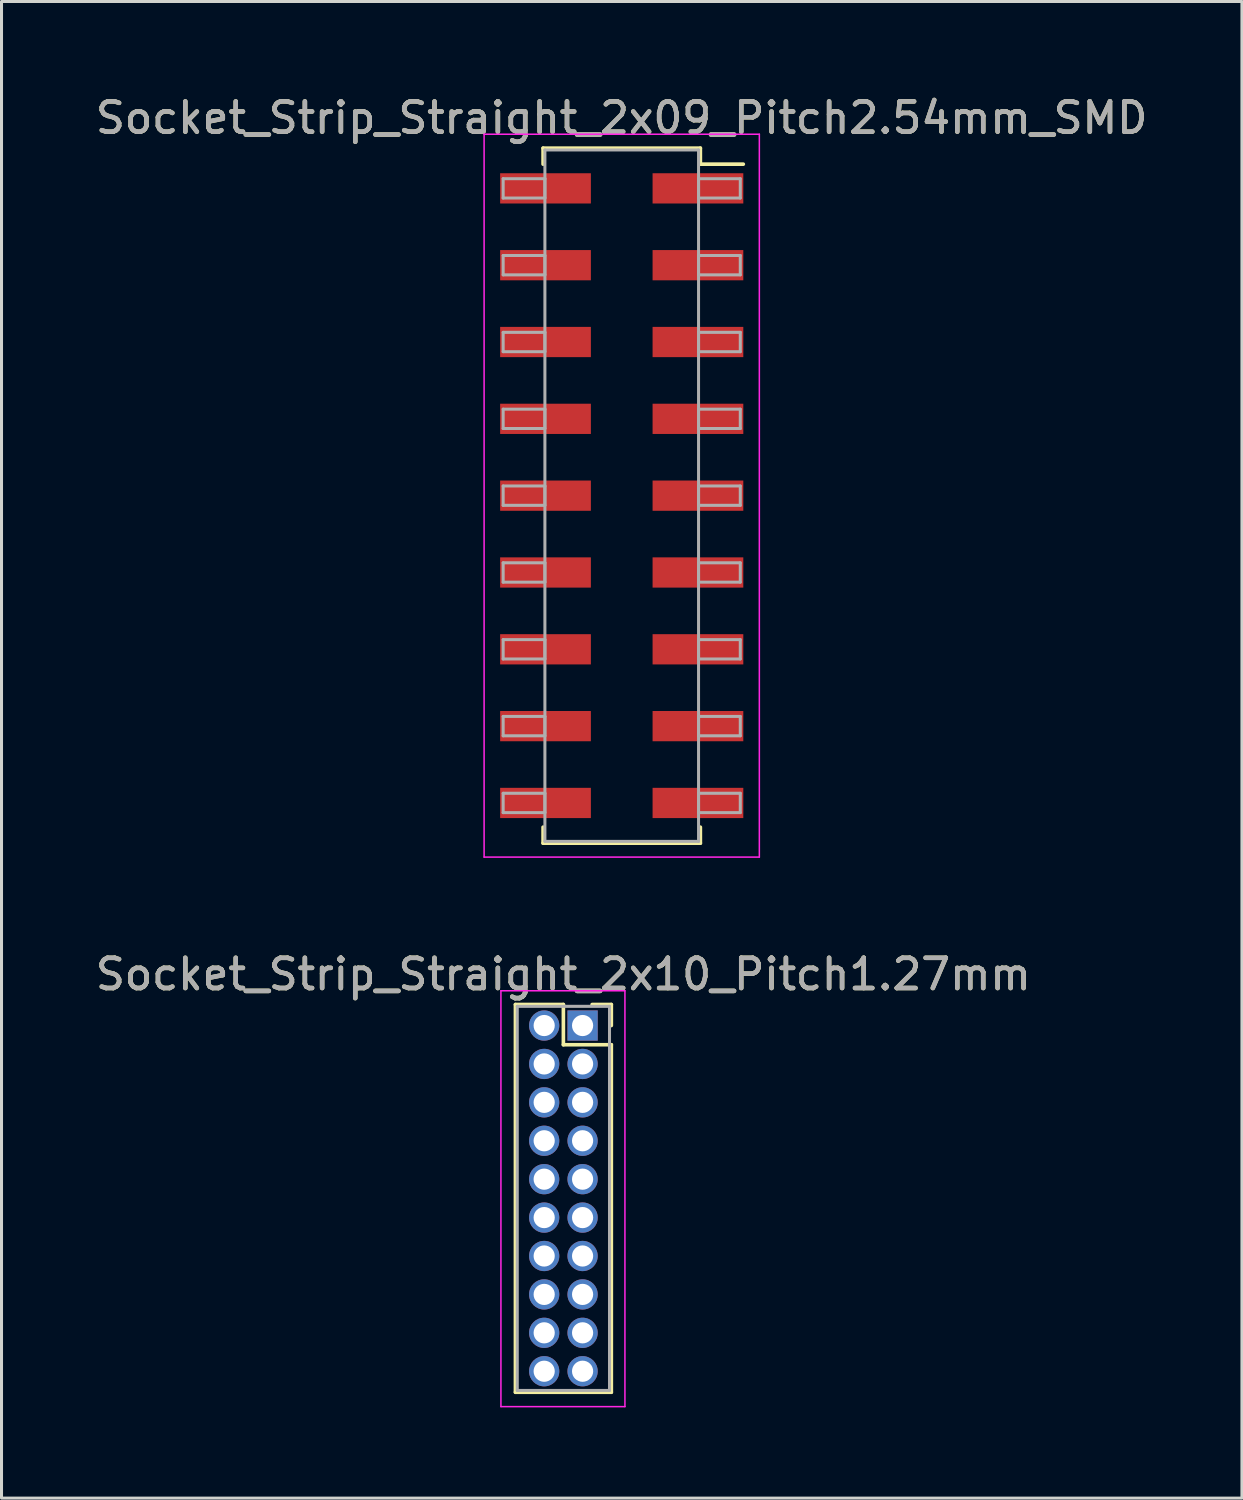
<source format=kicad_pcb>
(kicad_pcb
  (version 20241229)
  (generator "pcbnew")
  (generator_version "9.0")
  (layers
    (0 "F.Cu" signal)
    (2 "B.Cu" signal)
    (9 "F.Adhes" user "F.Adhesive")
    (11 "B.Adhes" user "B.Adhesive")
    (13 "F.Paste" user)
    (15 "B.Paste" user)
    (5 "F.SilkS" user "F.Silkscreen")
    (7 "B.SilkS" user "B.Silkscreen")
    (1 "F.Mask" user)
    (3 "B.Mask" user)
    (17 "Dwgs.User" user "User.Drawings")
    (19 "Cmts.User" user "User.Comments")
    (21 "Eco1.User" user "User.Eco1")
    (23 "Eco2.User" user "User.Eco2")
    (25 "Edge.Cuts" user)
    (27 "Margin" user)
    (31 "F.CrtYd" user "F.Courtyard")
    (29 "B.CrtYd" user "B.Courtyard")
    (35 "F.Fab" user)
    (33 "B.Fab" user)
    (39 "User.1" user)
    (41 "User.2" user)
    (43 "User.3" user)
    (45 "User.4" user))
  (footprint "Socket_Strip_Straight_2x09_Pitch2.54mm_SMD"
    (layer "F.Cu")
    (at 17.506 13.338)
    (property "Reference" "Socket_Strip_Straight_2x09_Pitch2.54mm_SMD" (at 0 -12.49 0) (layer "F.SilkS") (effects (font (size 1 1) (thickness 0.15))))
    (attr smd)
    (fp_line (start -2.6 -11.49) (end 2.6 -11.49) (stroke (width 0.12) (type solid)) (layer "F.SilkS"))
    (fp_line (start -2.6 -10.96) (end -2.6 -11.49) (stroke (width 0.12) (type solid)) (layer "F.SilkS"))
    (fp_line (start -2.6 10.96) (end -2.6 11.49) (stroke (width 0.12) (type solid)) (layer "F.SilkS"))
    (fp_line (start -2.6 11.49) (end 2.6 11.49) (stroke (width 0.12) (type solid)) (layer "F.SilkS"))
    (fp_line (start 2.6 -11.49) (end 2.6 -10.96) (stroke (width 0.12) (type solid)) (layer "F.SilkS"))
    (fp_line (start 2.6 11.49) (end 2.6 10.96) (stroke (width 0.12) (type solid)) (layer "F.SilkS"))
    (fp_line (start 4.02 -10.96) (end 2.6 -10.96) (stroke (width 0.12) (type solid)) (layer "F.SilkS"))
    (fp_line (start -4.55 -11.95) (end -4.55 11.95) (stroke (width 0.05) (type solid)) (layer "F.CrtYd"))
    (fp_line (start -4.55 11.95) (end 4.55 11.95) (stroke (width 0.05) (type solid)) (layer "F.CrtYd"))
    (fp_line (start 4.55 -11.95) (end -4.55 -11.95) (stroke (width 0.05) (type solid)) (layer "F.CrtYd"))
    (fp_line (start 4.55 11.95) (end 4.55 -11.95) (stroke (width 0.05) (type solid)) (layer "F.CrtYd"))
    (fp_line (start -3.92 -10.48) (end -2.54 -10.48) (stroke (width 0.1) (type solid)) (layer "F.Fab"))
    (fp_line (start -3.92 -9.84) (end -3.92 -10.48) (stroke (width 0.1) (type solid)) (layer "F.Fab"))
    (fp_line (start -3.92 -7.94) (end -2.54 -7.94) (stroke (width 0.1) (type solid)) (layer "F.Fab"))
    (fp_line (start -3.92 -7.3) (end -3.92 -7.94) (stroke (width 0.1) (type solid)) (layer "F.Fab"))
    (fp_line (start -3.92 -5.4) (end -2.54 -5.4) (stroke (width 0.1) (type solid)) (layer "F.Fab"))
    (fp_line (start -3.92 -4.76) (end -3.92 -5.4) (stroke (width 0.1) (type solid)) (layer "F.Fab"))
    (fp_line (start -3.92 -2.86) (end -2.54 -2.86) (stroke (width 0.1) (type solid)) (layer "F.Fab"))
    (fp_line (start -3.92 -2.22) (end -3.92 -2.86) (stroke (width 0.1) (type solid)) (layer "F.Fab"))
    (fp_line (start -3.92 -0.32) (end -2.54 -0.32) (stroke (width 0.1) (type solid)) (layer "F.Fab"))
    (fp_line (start -3.92 0.32) (end -3.92 -0.32) (stroke (width 0.1) (type solid)) (layer "F.Fab"))
    (fp_line (start -3.92 2.22) (end -2.54 2.22) (stroke (width 0.1) (type solid)) (layer "F.Fab"))
    (fp_line (start -3.92 2.86) (end -3.92 2.22) (stroke (width 0.1) (type solid)) (layer "F.Fab"))
    (fp_line (start -3.92 4.76) (end -2.54 4.76) (stroke (width 0.1) (type solid)) (layer "F.Fab"))
    (fp_line (start -3.92 5.4) (end -3.92 4.76) (stroke (width 0.1) (type solid)) (layer "F.Fab"))
    (fp_line (start -3.92 7.3) (end -2.54 7.3) (stroke (width 0.1) (type solid)) (layer "F.Fab"))
    (fp_line (start -3.92 7.94) (end -3.92 7.3) (stroke (width 0.1) (type solid)) (layer "F.Fab"))
    (fp_line (start -3.92 9.84) (end -2.54 9.84) (stroke (width 0.1) (type solid)) (layer "F.Fab"))
    (fp_line (start -3.92 10.48) (end -3.92 9.84) (stroke (width 0.1) (type solid)) (layer "F.Fab"))
    (fp_line (start -2.54 -11.43) (end -2.54 11.43) (stroke (width 0.1) (type solid)) (layer "F.Fab"))
    (fp_line (start -2.54 -10.48) (end -2.54 -9.84) (stroke (width 0.1) (type solid)) (layer "F.Fab"))
    (fp_line (start -2.54 -9.84) (end -3.92 -9.84) (stroke (width 0.1) (type solid)) (layer "F.Fab"))
    (fp_line (start -2.54 -7.94) (end -2.54 -7.3) (stroke (width 0.1) (type solid)) (layer "F.Fab"))
    (fp_line (start -2.54 -7.3) (end -3.92 -7.3) (stroke (width 0.1) (type solid)) (layer "F.Fab"))
    (fp_line (start -2.54 -5.4) (end -2.54 -4.76) (stroke (width 0.1) (type solid)) (layer "F.Fab"))
    (fp_line (start -2.54 -4.76) (end -3.92 -4.76) (stroke (width 0.1) (type solid)) (layer "F.Fab"))
    (fp_line (start -2.54 -2.86) (end -2.54 -2.22) (stroke (width 0.1) (type solid)) (layer "F.Fab"))
    (fp_line (start -2.54 -2.22) (end -3.92 -2.22) (stroke (width 0.1) (type solid)) (layer "F.Fab"))
    (fp_line (start -2.54 -0.32) (end -2.54 0.32) (stroke (width 0.1) (type solid)) (layer "F.Fab"))
    (fp_line (start -2.54 0.32) (end -3.92 0.32) (stroke (width 0.1) (type solid)) (layer "F.Fab"))
    (fp_line (start -2.54 2.22) (end -2.54 2.86) (stroke (width 0.1) (type solid)) (layer "F.Fab"))
    (fp_line (start -2.54 2.86) (end -3.92 2.86) (stroke (width 0.1) (type solid)) (layer "F.Fab"))
    (fp_line (start -2.54 4.76) (end -2.54 5.4) (stroke (width 0.1) (type solid)) (layer "F.Fab"))
    (fp_line (start -2.54 5.4) (end -3.92 5.4) (stroke (width 0.1) (type solid)) (layer "F.Fab"))
    (fp_line (start -2.54 7.3) (end -2.54 7.94) (stroke (width 0.1) (type solid)) (layer "F.Fab"))
    (fp_line (start -2.54 7.94) (end -3.92 7.94) (stroke (width 0.1) (type solid)) (layer "F.Fab"))
    (fp_line (start -2.54 9.84) (end -2.54 10.48) (stroke (width 0.1) (type solid)) (layer "F.Fab"))
    (fp_line (start -2.54 10.48) (end -3.92 10.48) (stroke (width 0.1) (type solid)) (layer "F.Fab"))
    (fp_line (start -2.54 11.43) (end 2.54 11.43) (stroke (width 0.1) (type solid)) (layer "F.Fab"))
    (fp_line (start 2.54 -11.43) (end -2.54 -11.43) (stroke (width 0.1) (type solid)) (layer "F.Fab"))
    (fp_line (start 2.54 -10.48) (end 2.54 -9.84) (stroke (width 0.1) (type solid)) (layer "F.Fab"))
    (fp_line (start 2.54 -9.84) (end 3.92 -9.84) (stroke (width 0.1) (type solid)) (layer "F.Fab"))
    (fp_line (start 2.54 -7.94) (end 2.54 -7.3) (stroke (width 0.1) (type solid)) (layer "F.Fab"))
    (fp_line (start 2.54 -7.3) (end 3.92 -7.3) (stroke (width 0.1) (type solid)) (layer "F.Fab"))
    (fp_line (start 2.54 -5.4) (end 2.54 -4.76) (stroke (width 0.1) (type solid)) (layer "F.Fab"))
    (fp_line (start 2.54 -4.76) (end 3.92 -4.76) (stroke (width 0.1) (type solid)) (layer "F.Fab"))
    (fp_line (start 2.54 -2.86) (end 2.54 -2.22) (stroke (width 0.1) (type solid)) (layer "F.Fab"))
    (fp_line (start 2.54 -2.22) (end 3.92 -2.22) (stroke (width 0.1) (type solid)) (layer "F.Fab"))
    (fp_line (start 2.54 -0.32) (end 2.54 0.32) (stroke (width 0.1) (type solid)) (layer "F.Fab"))
    (fp_line (start 2.54 0.32) (end 3.92 0.32) (stroke (width 0.1) (type solid)) (layer "F.Fab"))
    (fp_line (start 2.54 2.22) (end 2.54 2.86) (stroke (width 0.1) (type solid)) (layer "F.Fab"))
    (fp_line (start 2.54 2.86) (end 3.92 2.86) (stroke (width 0.1) (type solid)) (layer "F.Fab"))
    (fp_line (start 2.54 4.76) (end 2.54 5.4) (stroke (width 0.1) (type solid)) (layer "F.Fab"))
    (fp_line (start 2.54 5.4) (end 3.92 5.4) (stroke (width 0.1) (type solid)) (layer "F.Fab"))
    (fp_line (start 2.54 7.3) (end 2.54 7.94) (stroke (width 0.1) (type solid)) (layer "F.Fab"))
    (fp_line (start 2.54 7.94) (end 3.92 7.94) (stroke (width 0.1) (type solid)) (layer "F.Fab"))
    (fp_line (start 2.54 9.84) (end 2.54 10.48) (stroke (width 0.1) (type solid)) (layer "F.Fab"))
    (fp_line (start 2.54 10.48) (end 3.92 10.48) (stroke (width 0.1) (type solid)) (layer "F.Fab"))
    (fp_line (start 2.54 11.43) (end 2.54 -11.43) (stroke (width 0.1) (type solid)) (layer "F.Fab"))
    (fp_line (start 3.92 -10.48) (end 2.54 -10.48) (stroke (width 0.1) (type solid)) (layer "F.Fab"))
    (fp_line (start 3.92 -9.84) (end 3.92 -10.48) (stroke (width 0.1) (type solid)) (layer "F.Fab"))
    (fp_line (start 3.92 -7.94) (end 2.54 -7.94) (stroke (width 0.1) (type solid)) (layer "F.Fab"))
    (fp_line (start 3.92 -7.3) (end 3.92 -7.94) (stroke (width 0.1) (type solid)) (layer "F.Fab"))
    (fp_line (start 3.92 -5.4) (end 2.54 -5.4) (stroke (width 0.1) (type solid)) (layer "F.Fab"))
    (fp_line (start 3.92 -4.76) (end 3.92 -5.4) (stroke (width 0.1) (type solid)) (layer "F.Fab"))
    (fp_line (start 3.92 -2.86) (end 2.54 -2.86) (stroke (width 0.1) (type solid)) (layer "F.Fab"))
    (fp_line (start 3.92 -2.22) (end 3.92 -2.86) (stroke (width 0.1) (type solid)) (layer "F.Fab"))
    (fp_line (start 3.92 -0.32) (end 2.54 -0.32) (stroke (width 0.1) (type solid)) (layer "F.Fab"))
    (fp_line (start 3.92 0.32) (end 3.92 -0.32) (stroke (width 0.1) (type solid)) (layer "F.Fab"))
    (fp_line (start 3.92 2.22) (end 2.54 2.22) (stroke (width 0.1) (type solid)) (layer "F.Fab"))
    (fp_line (start 3.92 2.86) (end 3.92 2.22) (stroke (width 0.1) (type solid)) (layer "F.Fab"))
    (fp_line (start 3.92 4.76) (end 2.54 4.76) (stroke (width 0.1) (type solid)) (layer "F.Fab"))
    (fp_line (start 3.92 5.4) (end 3.92 4.76) (stroke (width 0.1) (type solid)) (layer "F.Fab"))
    (fp_line (start 3.92 7.3) (end 2.54 7.3) (stroke (width 0.1) (type solid)) (layer "F.Fab"))
    (fp_line (start 3.92 7.94) (end 3.92 7.3) (stroke (width 0.1) (type solid)) (layer "F.Fab"))
    (fp_line (start 3.92 9.84) (end 2.54 9.84) (stroke (width 0.1) (type solid)) (layer "F.Fab"))
    (fp_line (start 3.92 10.48) (end 3.92 9.84) (stroke (width 0.1) (type solid)) (layer "F.Fab"))
    (fp_text user "${REFERENCE}" (at 0 -12.49 0) (layer "F.Fab") (effects (font (size 1 1) (thickness 0.15))))
    (pad "1" smd rect (at 2.52 -10.16) (size 3 1) (layers "F.Cu" "F.Mask" "F.Paste"))
    (pad "2" smd rect (at -2.52 -10.16) (size 3 1) (layers "F.Cu" "F.Mask" "F.Paste"))
    (pad "3" smd rect (at 2.52 -7.62) (size 3 1) (layers "F.Cu" "F.Mask" "F.Paste"))
    (pad "4" smd rect (at -2.52 -7.62) (size 3 1) (layers "F.Cu" "F.Mask" "F.Paste"))
    (pad "5" smd rect (at 2.52 -5.08) (size 3 1) (layers "F.Cu" "F.Mask" "F.Paste"))
    (pad "6" smd rect (at -2.52 -5.08) (size 3 1) (layers "F.Cu" "F.Mask" "F.Paste"))
    (pad "7" smd rect (at 2.52 -2.54) (size 3 1) (layers "F.Cu" "F.Mask" "F.Paste"))
    (pad "8" smd rect (at -2.52 -2.54) (size 3 1) (layers "F.Cu" "F.Mask" "F.Paste"))
    (pad "9" smd rect (at 2.52 0) (size 3 1) (layers "F.Cu" "F.Mask" "F.Paste"))
    (pad "10" smd rect (at -2.52 0) (size 3 1) (layers "F.Cu" "F.Mask" "F.Paste"))
    (pad "11" smd rect (at 2.52 2.54) (size 3 1) (layers "F.Cu" "F.Mask" "F.Paste"))
    (pad "12" smd rect (at -2.52 2.54) (size 3 1) (layers "F.Cu" "F.Mask" "F.Paste"))
    (pad "13" smd rect (at 2.52 5.08) (size 3 1) (layers "F.Cu" "F.Mask" "F.Paste"))
    (pad "14" smd rect (at -2.52 5.08) (size 3 1) (layers "F.Cu" "F.Mask" "F.Paste"))
    (pad "15" smd rect (at 2.52 7.62) (size 3 1) (layers "F.Cu" "F.Mask" "F.Paste"))
    (pad "16" smd rect (at -2.52 7.62) (size 3 1) (layers "F.Cu" "F.Mask" "F.Paste"))
    (pad "17" smd rect (at 2.52 10.16) (size 3 1) (layers "F.Cu" "F.Mask" "F.Paste"))
    (pad "18" smd rect (at -2.52 10.16) (size 3 1) (layers "F.Cu" "F.Mask" "F.Paste")))
  (footprint "Socket_Strip_Straight_2x10_Pitch1.27mm"
    (layer "F.Cu")
    (at 16.212 30.857)
    (property "Reference" "Socket_Strip_Straight_2x10_Pitch1.27mm" (at -0.635 -1.695 0) (layer "F.SilkS") (effects (font (size 1 1) (thickness 0.15))))
    (attr through_hole)
    (fp_line (start -2.22 -0.695) (end -0.635 -0.695) (stroke (width 0.12) (type solid)) (layer "F.SilkS"))
    (fp_line (start -2.22 12.125) (end -2.22 -0.695) (stroke (width 0.12) (type solid)) (layer "F.SilkS"))
    (fp_line (start -0.635 -0.695) (end -0.635 0.635) (stroke (width 0.12) (type solid)) (layer "F.SilkS"))
    (fp_line (start -0.635 0.635) (end 0.95 0.635) (stroke (width 0.12) (type solid)) (layer "F.SilkS"))
    (fp_line (start 0.95 -0.695) (end 0.315 -0.695) (stroke (width 0.12) (type solid)) (layer "F.SilkS"))
    (fp_line (start 0.95 0) (end 0.95 -0.695) (stroke (width 0.12) (type solid)) (layer "F.SilkS"))
    (fp_line (start 0.95 0.635) (end 0.95 12.125) (stroke (width 0.12) (type solid)) (layer "F.SilkS"))
    (fp_line (start 0.95 12.125) (end -2.22 12.125) (stroke (width 0.12) (type solid)) (layer "F.SilkS"))
    (fp_line (start -2.7 -1.15) (end -2.7 12.6) (stroke (width 0.05) (type solid)) (layer "F.CrtYd"))
    (fp_line (start -2.7 12.6) (end 1.4 12.6) (stroke (width 0.05) (type solid)) (layer "F.CrtYd"))
    (fp_line (start 1.4 -1.15) (end -2.7 -1.15) (stroke (width 0.05) (type solid)) (layer "F.CrtYd"))
    (fp_line (start 1.4 12.6) (end 1.4 -1.15) (stroke (width 0.05) (type solid)) (layer "F.CrtYd"))
    (fp_line (start -2.16 -0.635) (end -2.16 12.065) (stroke (width 0.1) (type solid)) (layer "F.Fab"))
    (fp_line (start -2.16 12.065) (end 0.89 12.065) (stroke (width 0.1) (type solid)) (layer "F.Fab"))
    (fp_line (start 0.89 -0.635) (end -2.16 -0.635) (stroke (width 0.1) (type solid)) (layer "F.Fab"))
    (fp_line (start 0.89 12.065) (end 0.89 -0.635) (stroke (width 0.1) (type solid)) (layer "F.Fab"))
    (fp_text user "${REFERENCE}" (at -0.635 -1.695 0) (layer "F.Fab") (effects (font (size 1 1) (thickness 0.15))))
    (pad "1" thru_hole rect (at 0 0) (size 1 1) (drill 0.7) (layers "*.Cu" "*.Mask"))
    (pad "2" thru_hole oval (at -1.27 0) (size 1 1) (drill 0.7) (layers "*.Cu" "*.Mask"))
    (pad "3" thru_hole oval (at 0 1.27) (size 1 1) (drill 0.7) (layers "*.Cu" "*.Mask"))
    (pad "4" thru_hole oval (at -1.27 1.27) (size 1 1) (drill 0.7) (layers "*.Cu" "*.Mask"))
    (pad "5" thru_hole oval (at 0 2.54) (size 1 1) (drill 0.7) (layers "*.Cu" "*.Mask"))
    (pad "6" thru_hole oval (at -1.27 2.54) (size 1 1) (drill 0.7) (layers "*.Cu" "*.Mask"))
    (pad "7" thru_hole oval (at 0 3.81) (size 1 1) (drill 0.7) (layers "*.Cu" "*.Mask"))
    (pad "8" thru_hole oval (at -1.27 3.81) (size 1 1) (drill 0.7) (layers "*.Cu" "*.Mask"))
    (pad "9" thru_hole oval (at 0 5.08) (size 1 1) (drill 0.7) (layers "*.Cu" "*.Mask"))
    (pad "10" thru_hole oval (at -1.27 5.08) (size 1 1) (drill 0.7) (layers "*.Cu" "*.Mask"))
    (pad "11" thru_hole oval (at 0 6.35) (size 1 1) (drill 0.7) (layers "*.Cu" "*.Mask"))
    (pad "12" thru_hole oval (at -1.27 6.35) (size 1 1) (drill 0.7) (layers "*.Cu" "*.Mask"))
    (pad "13" thru_hole oval (at 0 7.62) (size 1 1) (drill 0.7) (layers "*.Cu" "*.Mask"))
    (pad "14" thru_hole oval (at -1.27 7.62) (size 1 1) (drill 0.7) (layers "*.Cu" "*.Mask"))
    (pad "15" thru_hole oval (at 0 8.89) (size 1 1) (drill 0.7) (layers "*.Cu" "*.Mask"))
    (pad "16" thru_hole oval (at -1.27 8.89) (size 1 1) (drill 0.7) (layers "*.Cu" "*.Mask"))
    (pad "17" thru_hole oval (at 0 10.16) (size 1 1) (drill 0.7) (layers "*.Cu" "*.Mask"))
    (pad "18" thru_hole oval (at -1.27 10.16) (size 1 1) (drill 0.7) (layers "*.Cu" "*.Mask"))
    (pad "19" thru_hole oval (at 0 11.43) (size 1 1) (drill 0.7) (layers "*.Cu" "*.Mask"))
    (pad "20" thru_hole oval (at -1.27 11.43) (size 1 1) (drill 0.7) (layers "*.Cu" "*.Mask")))
  (gr_rect
    (start -3 -3)
    (end 38.012 46.481)
    (stroke (width 0.1) (type default))
    (fill no)
    (layer "Edge.Cuts")))
</source>
